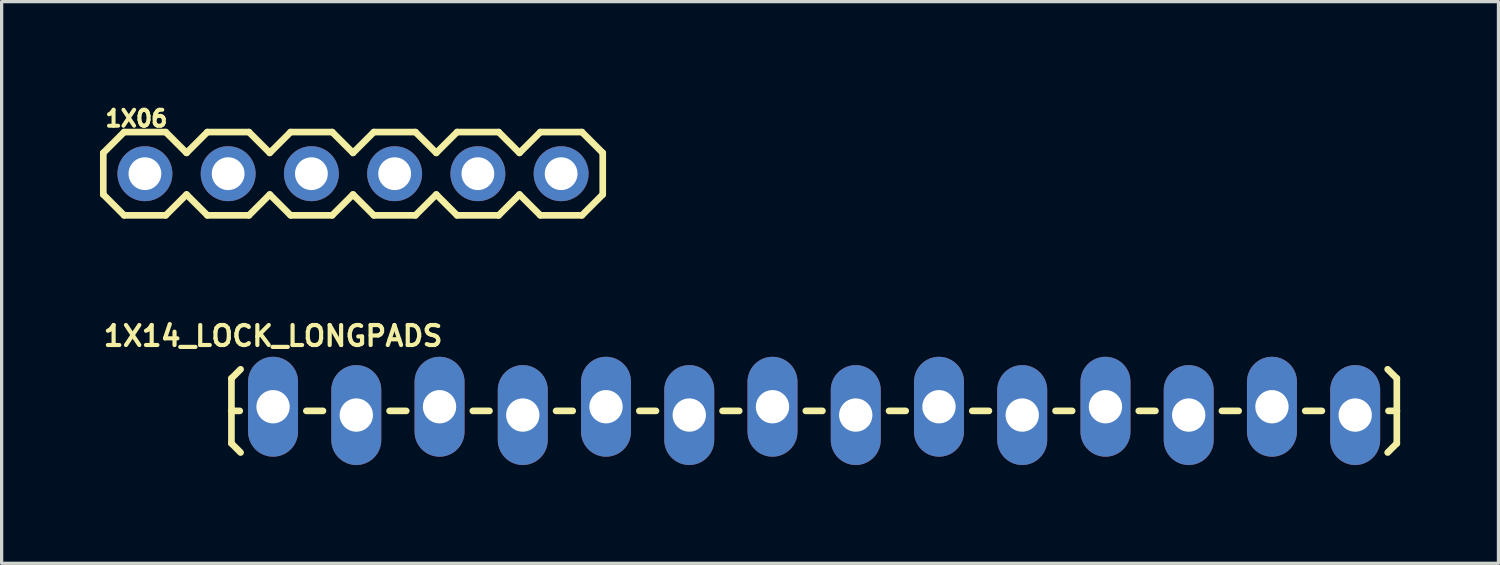
<source format=kicad_pcb>
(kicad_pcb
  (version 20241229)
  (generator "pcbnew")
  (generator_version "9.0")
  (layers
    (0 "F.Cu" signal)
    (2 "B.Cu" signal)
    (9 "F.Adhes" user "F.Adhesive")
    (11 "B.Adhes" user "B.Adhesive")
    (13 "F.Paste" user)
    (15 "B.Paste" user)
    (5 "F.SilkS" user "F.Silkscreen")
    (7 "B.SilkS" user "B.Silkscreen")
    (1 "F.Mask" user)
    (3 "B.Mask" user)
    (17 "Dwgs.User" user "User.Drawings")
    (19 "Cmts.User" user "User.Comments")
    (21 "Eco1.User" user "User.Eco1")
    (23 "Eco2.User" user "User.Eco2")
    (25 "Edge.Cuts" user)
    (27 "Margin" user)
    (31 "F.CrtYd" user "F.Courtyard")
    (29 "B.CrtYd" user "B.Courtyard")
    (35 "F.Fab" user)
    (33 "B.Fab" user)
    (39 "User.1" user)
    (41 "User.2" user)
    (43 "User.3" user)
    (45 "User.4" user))
  (footprint "1X06"
    (layer "F.Cu")
    (at 1.372 2.25)
    (property "Reference" "1X06" (at -1.27 -1.397 0) (layer "F.SilkS") (effects (font (size 0.488 0.488) (thickness 0.122)) (justify left bottom)))
    (fp_line (start -1.27 -0.635) (end -1.27 0.635) (stroke (width 0.203) (type solid)) (layer "F.SilkS"))
    (fp_line (start -1.27 0.635) (end -0.635 1.27) (stroke (width 0.203) (type solid)) (layer "F.SilkS"))
    (fp_line (start -0.635 -1.27) (end -1.27 -0.635) (stroke (width 0.203) (type solid)) (layer "F.SilkS"))
    (fp_line (start -0.635 -1.27) (end 0.635 -1.27) (stroke (width 0.203) (type solid)) (layer "F.SilkS"))
    (fp_line (start 0.635 -1.27) (end 1.27 -0.635) (stroke (width 0.203) (type solid)) (layer "F.SilkS"))
    (fp_line (start 0.635 1.27) (end -0.635 1.27) (stroke (width 0.203) (type solid)) (layer "F.SilkS"))
    (fp_line (start 1.27 -0.635) (end 1.905 -1.27) (stroke (width 0.203) (type solid)) (layer "F.SilkS"))
    (fp_line (start 1.27 0.635) (end 0.635 1.27) (stroke (width 0.203) (type solid)) (layer "F.SilkS"))
    (fp_line (start 1.905 -1.27) (end 3.175 -1.27) (stroke (width 0.203) (type solid)) (layer "F.SilkS"))
    (fp_line (start 1.905 1.27) (end 1.27 0.635) (stroke (width 0.203) (type solid)) (layer "F.SilkS"))
    (fp_line (start 3.175 -1.27) (end 3.81 -0.635) (stroke (width 0.203) (type solid)) (layer "F.SilkS"))
    (fp_line (start 3.175 1.27) (end 1.905 1.27) (stroke (width 0.203) (type solid)) (layer "F.SilkS"))
    (fp_line (start 3.81 -0.635) (end 4.445 -1.27) (stroke (width 0.203) (type solid)) (layer "F.SilkS"))
    (fp_line (start 3.81 0.635) (end 3.175 1.27) (stroke (width 0.203) (type solid)) (layer "F.SilkS"))
    (fp_line (start 4.445 -1.27) (end 5.715 -1.27) (stroke (width 0.203) (type solid)) (layer "F.SilkS"))
    (fp_line (start 4.445 1.27) (end 3.81 0.635) (stroke (width 0.203) (type solid)) (layer "F.SilkS"))
    (fp_line (start 5.715 -1.27) (end 6.35 -0.635) (stroke (width 0.203) (type solid)) (layer "F.SilkS"))
    (fp_line (start 5.715 1.27) (end 4.445 1.27) (stroke (width 0.203) (type solid)) (layer "F.SilkS"))
    (fp_line (start 6.35 0.635) (end 5.715 1.27) (stroke (width 0.203) (type solid)) (layer "F.SilkS"))
    (fp_line (start 6.35 0.635) (end 6.985 1.27) (stroke (width 0.203) (type solid)) (layer "F.SilkS"))
    (fp_line (start 6.985 -1.27) (end 6.35 -0.635) (stroke (width 0.203) (type solid)) (layer "F.SilkS"))
    (fp_line (start 6.985 -1.27) (end 8.255 -1.27) (stroke (width 0.203) (type solid)) (layer "F.SilkS"))
    (fp_line (start 8.255 -1.27) (end 8.89 -0.635) (stroke (width 0.203) (type solid)) (layer "F.SilkS"))
    (fp_line (start 8.255 1.27) (end 6.985 1.27) (stroke (width 0.203) (type solid)) (layer "F.SilkS"))
    (fp_line (start 8.89 -0.635) (end 9.525 -1.27) (stroke (width 0.203) (type solid)) (layer "F.SilkS"))
    (fp_line (start 8.89 0.635) (end 8.255 1.27) (stroke (width 0.203) (type solid)) (layer "F.SilkS"))
    (fp_line (start 9.525 -1.27) (end 10.795 -1.27) (stroke (width 0.203) (type solid)) (layer "F.SilkS"))
    (fp_line (start 9.525 1.27) (end 8.89 0.635) (stroke (width 0.203) (type solid)) (layer "F.SilkS"))
    (fp_line (start 10.795 -1.27) (end 11.43 -0.635) (stroke (width 0.203) (type solid)) (layer "F.SilkS"))
    (fp_line (start 10.795 1.27) (end 9.525 1.27) (stroke (width 0.203) (type solid)) (layer "F.SilkS"))
    (fp_line (start 11.43 -0.635) (end 12.065 -1.27) (stroke (width 0.203) (type solid)) (layer "F.SilkS"))
    (fp_line (start 11.43 0.635) (end 10.795 1.27) (stroke (width 0.203) (type solid)) (layer "F.SilkS"))
    (fp_line (start 12.065 -1.27) (end 13.335 -1.27) (stroke (width 0.203) (type solid)) (layer "F.SilkS"))
    (fp_line (start 12.065 1.27) (end 11.43 0.635) (stroke (width 0.203) (type solid)) (layer "F.SilkS"))
    (fp_line (start 13.335 -1.27) (end 13.97 -0.635) (stroke (width 0.203) (type solid)) (layer "F.SilkS"))
    (fp_line (start 13.335 1.27) (end 12.065 1.27) (stroke (width 0.203) (type solid)) (layer "F.SilkS"))
    (fp_line (start 13.97 -0.635) (end 13.97 0.635) (stroke (width 0.203) (type solid)) (layer "F.SilkS"))
    (fp_line (start 13.97 0.635) (end 13.335 1.27) (stroke (width 0.203) (type solid)) (layer "F.SilkS"))
    (fp_poly (pts (xy -0.254 0.254) (xy 0.254 0.254) (xy 0.254 -0.254) (xy -0.254 -0.254)) (stroke (width 0.1) (type solid)) (fill no) (layer "F.Fab"))
    (fp_poly (pts (xy 2.286 0.254) (xy 2.794 0.254) (xy 2.794 -0.254) (xy 2.286 -0.254)) (stroke (width 0.1) (type solid)) (fill no) (layer "F.Fab"))
    (fp_poly (pts (xy 4.826 0.254) (xy 5.334 0.254) (xy 5.334 -0.254) (xy 4.826 -0.254)) (stroke (width 0.1) (type solid)) (fill no) (layer "F.Fab"))
    (fp_poly (pts (xy 7.366 0.254) (xy 7.874 0.254) (xy 7.874 -0.254) (xy 7.366 -0.254)) (stroke (width 0.1) (type solid)) (fill no) (layer "F.Fab"))
    (fp_poly (pts (xy 9.906 0.254) (xy 10.414 0.254) (xy 10.414 -0.254) (xy 9.906 -0.254)) (stroke (width 0.1) (type solid)) (fill no) (layer "F.Fab"))
    (fp_poly (pts (xy 12.446 0.254) (xy 12.954 0.254) (xy 12.954 -0.254) (xy 12.446 -0.254)) (stroke (width 0.1) (type solid)) (fill no) (layer "F.Fab"))
    (pad "1" thru_hole circle (at 0 0 90) (size 1.676 1.676) (drill 1) (layers "*.Cu" "*.Mask"))
    (pad "2" thru_hole circle (at 2.54 0 90) (size 1.676 1.676) (drill 1) (layers "*.Cu" "*.Mask"))
    (pad "3" thru_hole circle (at 5.08 0 90) (size 1.676 1.676) (drill 1) (layers "*.Cu" "*.Mask"))
    (pad "4" thru_hole circle (at 7.62 0 90) (size 1.676 1.676) (drill 1) (layers "*.Cu" "*.Mask"))
    (pad "5" thru_hole circle (at 10.16 0 90) (size 1.676 1.676) (drill 1) (layers "*.Cu" "*.Mask"))
    (pad "6" thru_hole circle (at 12.7 0 90) (size 1.676 1.676) (drill 1) (layers "*.Cu" "*.Mask")))
  (footprint "1X14_LOCK_LONGPADS"
    (layer "F.Cu")
    (at 5.282 9.488)
    (property "Reference" "1X14_LOCK_LONGPADS" (at 0 -2.286 0) (layer "F.SilkS") (effects (font (size 0.61 0.61) (thickness 0.127))))
    (attr exclude_from_pos_files exclude_from_bom)
    (fp_line (start -1.27 -0.991) (end -0.991 -1.27) (stroke (width 0.203) (type solid)) (layer "F.SilkS"))
    (fp_line (start -1.27 0) (end -1.27 -0.991) (stroke (width 0.203) (type solid)) (layer "F.SilkS"))
    (fp_line (start -1.27 0) (end -1.27 0.991) (stroke (width 0.203) (type solid)) (layer "F.SilkS"))
    (fp_line (start -1.27 0) (end -1.016 0) (stroke (width 0.203) (type solid)) (layer "F.SilkS"))
    (fp_line (start -1.27 0.991) (end -0.991 1.27) (stroke (width 0.203) (type solid)) (layer "F.SilkS"))
    (fp_line (start 1.524 0) (end 1.016 0) (stroke (width 0.203) (type solid)) (layer "F.SilkS"))
    (fp_line (start 4.064 0) (end 3.556 0) (stroke (width 0.203) (type solid)) (layer "F.SilkS"))
    (fp_line (start 6.604 0) (end 6.096 0) (stroke (width 0.203) (type solid)) (layer "F.SilkS"))
    (fp_line (start 9.144 0) (end 8.636 0) (stroke (width 0.203) (type solid)) (layer "F.SilkS"))
    (fp_line (start 11.684 0) (end 11.176 0) (stroke (width 0.203) (type solid)) (layer "F.SilkS"))
    (fp_line (start 14.224 0) (end 13.716 0) (stroke (width 0.203) (type solid)) (layer "F.SilkS"))
    (fp_line (start 16.764 0) (end 16.256 0) (stroke (width 0.203) (type solid)) (layer "F.SilkS"))
    (fp_line (start 19.304 0) (end 18.796 0) (stroke (width 0.203) (type solid)) (layer "F.SilkS"))
    (fp_line (start 21.844 0) (end 21.336 0) (stroke (width 0.203) (type solid)) (layer "F.SilkS"))
    (fp_line (start 24.384 0) (end 23.876 0) (stroke (width 0.203) (type solid)) (layer "F.SilkS"))
    (fp_line (start 26.924 0) (end 26.416 0) (stroke (width 0.203) (type solid)) (layer "F.SilkS"))
    (fp_line (start 29.464 0) (end 28.953 0) (stroke (width 0.203) (type solid)) (layer "F.SilkS"))
    (fp_line (start 32.004 0) (end 31.496 0) (stroke (width 0.203) (type solid)) (layer "F.SilkS"))
    (fp_line (start 34.29 -0.991) (end 34.011 -1.27) (stroke (width 0.203) (type solid)) (layer "F.SilkS"))
    (fp_line (start 34.29 0) (end 34.036 0) (stroke (width 0.203) (type solid)) (layer "F.SilkS"))
    (fp_line (start 34.29 0) (end 34.29 -0.991) (stroke (width 0.203) (type solid)) (layer "F.SilkS"))
    (fp_line (start 34.29 0) (end 34.29 0.991) (stroke (width 0.203) (type solid)) (layer "F.SilkS"))
    (fp_line (start 34.29 0.991) (end 34.011 1.27) (stroke (width 0.203) (type solid)) (layer "F.SilkS"))
    (pad "1" thru_hole oval (at 0 -0.127 180) (size 1.524 3.048) (drill 1.016) (layers "*.Cu" "*.Mask"))
    (pad "2" thru_hole oval (at 2.54 0.127 180) (size 1.524 3.048) (drill 1.016) (layers "*.Cu" "*.Mask"))
    (pad "3" thru_hole oval (at 5.08 -0.127 180) (size 1.524 3.048) (drill 1.016) (layers "*.Cu" "*.Mask"))
    (pad "4" thru_hole oval (at 7.62 0.127 180) (size 1.524 3.048) (drill 1.016) (layers "*.Cu" "*.Mask"))
    (pad "5" thru_hole oval (at 10.16 -0.127 180) (size 1.524 3.048) (drill 1.016) (layers "*.Cu" "*.Mask"))
    (pad "6" thru_hole oval (at 12.7 0.127 180) (size 1.524 3.048) (drill 1.016) (layers "*.Cu" "*.Mask"))
    (pad "7" thru_hole oval (at 15.24 -0.127 180) (size 1.524 3.048) (drill 1.016) (layers "*.Cu" "*.Mask"))
    (pad "8" thru_hole oval (at 17.78 0.127 180) (size 1.524 3.048) (drill 1.016) (layers "*.Cu" "*.Mask"))
    (pad "9" thru_hole oval (at 20.32 -0.127 180) (size 1.524 3.048) (drill 1.016) (layers "*.Cu" "*.Mask"))
    (pad "10" thru_hole oval (at 22.86 0.127 180) (size 1.524 3.048) (drill 1.016) (layers "*.Cu" "*.Mask"))
    (pad "11" thru_hole oval (at 25.4 -0.127 180) (size 1.524 3.048) (drill 1.016) (layers "*.Cu" "*.Mask"))
    (pad "12" thru_hole oval (at 27.94 0.127 180) (size 1.524 3.048) (drill 1.016) (layers "*.Cu" "*.Mask"))
    (pad "13" thru_hole oval (at 30.48 -0.127 180) (size 1.524 3.048) (drill 1.016) (layers "*.Cu" "*.Mask"))
    (pad "14" thru_hole oval (at 33.02 0.127 180) (size 1.524 3.048) (drill 1.016) (layers "*.Cu" "*.Mask")))
  (gr_rect
    (start -3 -3)
    (end 42.674 14.139)
    (stroke (width 0.1) (type default))
    (fill no)
    (layer "Edge.Cuts")))
</source>
